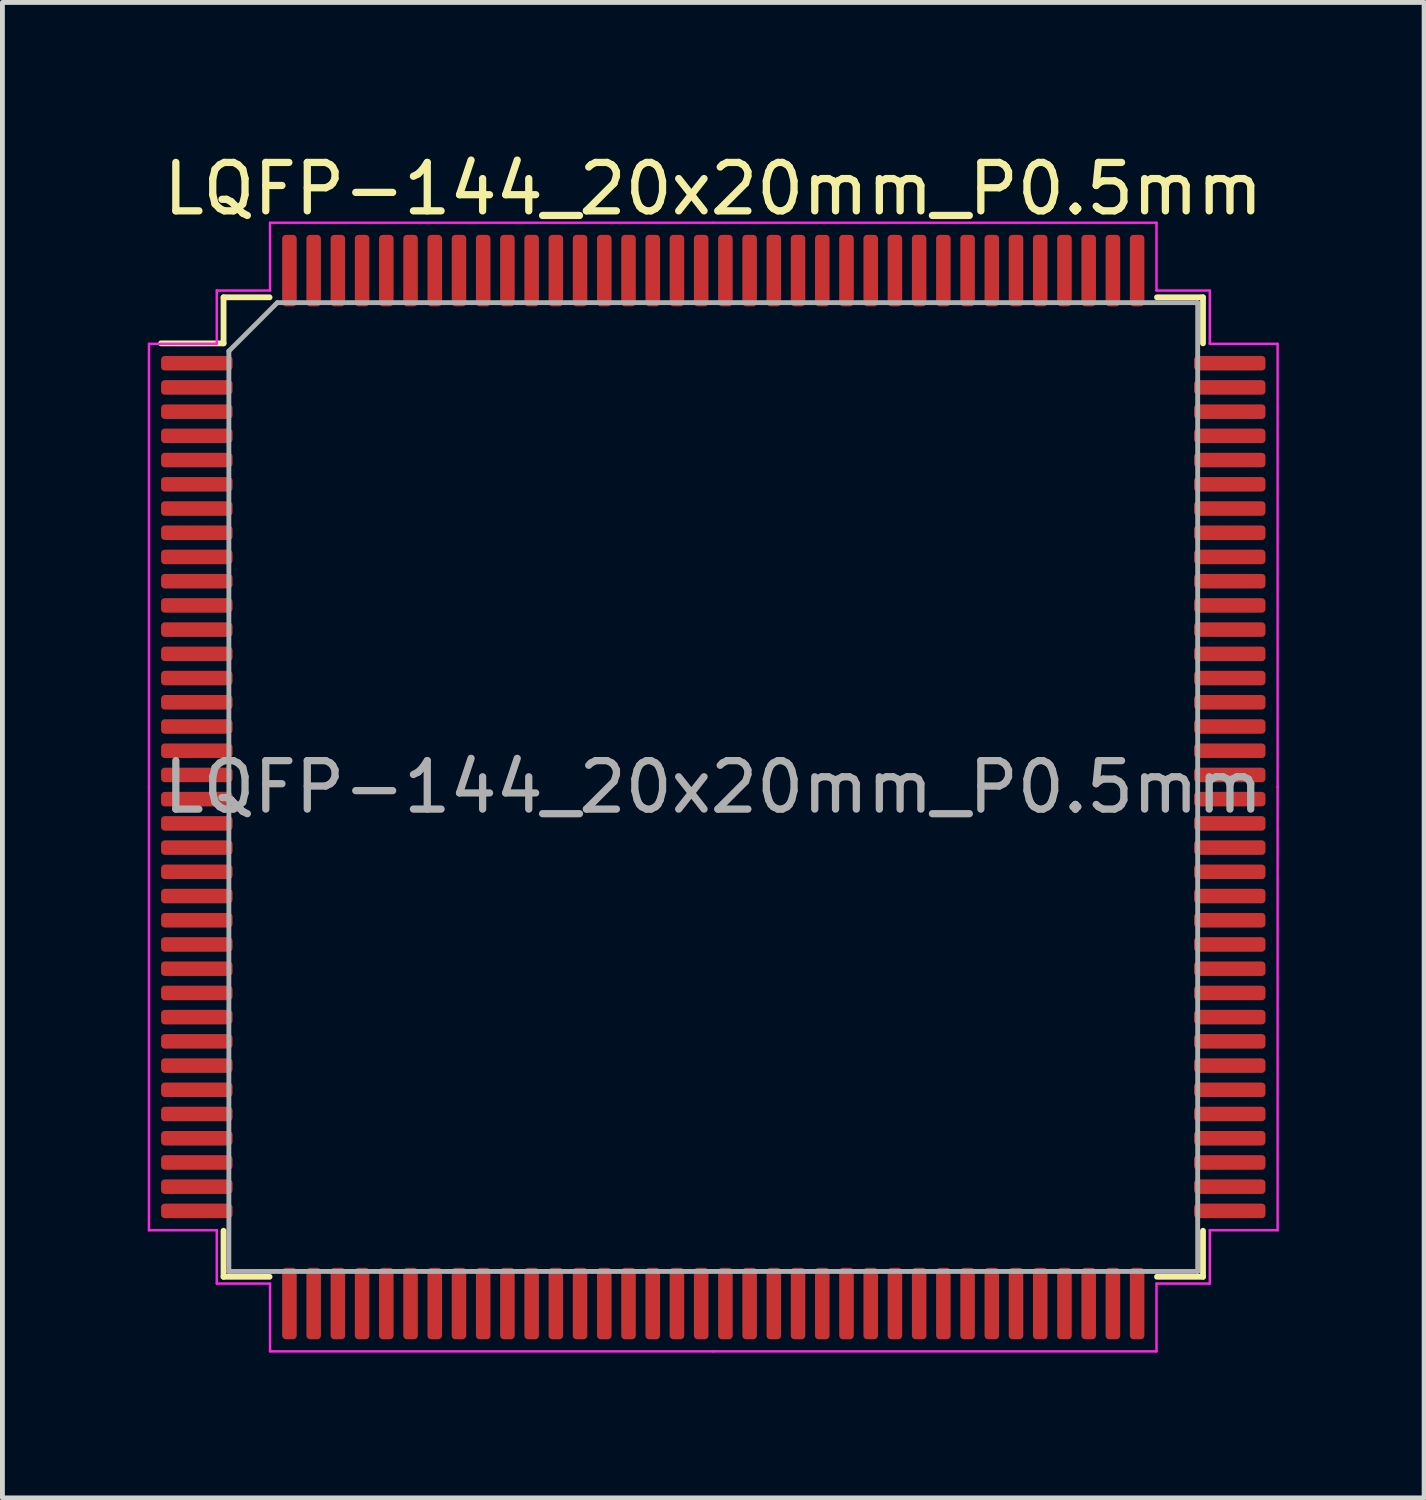
<source format=kicad_pcb>
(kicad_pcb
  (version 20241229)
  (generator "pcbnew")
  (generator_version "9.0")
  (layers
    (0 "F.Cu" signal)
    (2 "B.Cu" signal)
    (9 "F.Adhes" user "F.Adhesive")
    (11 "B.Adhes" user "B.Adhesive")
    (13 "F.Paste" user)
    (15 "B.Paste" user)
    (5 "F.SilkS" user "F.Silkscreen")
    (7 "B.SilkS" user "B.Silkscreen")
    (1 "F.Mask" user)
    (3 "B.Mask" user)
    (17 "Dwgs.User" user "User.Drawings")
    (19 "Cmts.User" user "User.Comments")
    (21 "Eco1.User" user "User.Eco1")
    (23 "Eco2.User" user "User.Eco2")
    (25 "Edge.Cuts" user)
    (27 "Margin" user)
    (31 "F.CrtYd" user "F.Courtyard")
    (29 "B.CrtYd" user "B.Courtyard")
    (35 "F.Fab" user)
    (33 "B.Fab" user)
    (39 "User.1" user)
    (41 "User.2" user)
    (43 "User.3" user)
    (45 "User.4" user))
  (footprint "LQFP-144_20x20mm_P0.5mm"
    (layer "F.Cu")
    (at 11.675 13.198)
    (property "Reference" "LQFP-144_20x20mm_P0.5mm" (at 0 -12.35 0) (layer "F.SilkS") (effects (font (size 1 1) (thickness 0.15))))
    (attr smd)
    (fp_line (start -10.11 -10.11) (end -10.11 -9.16) (stroke (width 0.12) (type solid)) (layer "F.SilkS"))
    (fp_line (start -10.11 -9.16) (end -11.4 -9.16) (stroke (width 0.12) (type solid)) (layer "F.SilkS"))
    (fp_line (start -10.11 10.11) (end -10.11 9.16) (stroke (width 0.12) (type solid)) (layer "F.SilkS"))
    (fp_line (start -9.16 -10.11) (end -10.11 -10.11) (stroke (width 0.12) (type solid)) (layer "F.SilkS"))
    (fp_line (start -9.16 10.11) (end -10.11 10.11) (stroke (width 0.12) (type solid)) (layer "F.SilkS"))
    (fp_line (start 9.16 -10.11) (end 10.11 -10.11) (stroke (width 0.12) (type solid)) (layer "F.SilkS"))
    (fp_line (start 9.16 10.11) (end 10.11 10.11) (stroke (width 0.12) (type solid)) (layer "F.SilkS"))
    (fp_line (start 10.11 -10.11) (end 10.11 -9.16) (stroke (width 0.12) (type solid)) (layer "F.SilkS"))
    (fp_line (start 10.11 10.11) (end 10.11 9.16) (stroke (width 0.12) (type solid)) (layer "F.SilkS"))
    (fp_line (start -11.65 -9.15) (end -11.65 0) (stroke (width 0.05) (type solid)) (layer "F.CrtYd"))
    (fp_line (start -11.65 9.15) (end -11.65 0) (stroke (width 0.05) (type solid)) (layer "F.CrtYd"))
    (fp_line (start -10.25 -10.25) (end -10.25 -9.15) (stroke (width 0.05) (type solid)) (layer "F.CrtYd"))
    (fp_line (start -10.25 -9.15) (end -11.65 -9.15) (stroke (width 0.05) (type solid)) (layer "F.CrtYd"))
    (fp_line (start -10.25 9.15) (end -11.65 9.15) (stroke (width 0.05) (type solid)) (layer "F.CrtYd"))
    (fp_line (start -10.25 10.25) (end -10.25 9.15) (stroke (width 0.05) (type solid)) (layer "F.CrtYd"))
    (fp_line (start -9.15 -11.65) (end -9.15 -10.25) (stroke (width 0.05) (type solid)) (layer "F.CrtYd"))
    (fp_line (start -9.15 -10.25) (end -10.25 -10.25) (stroke (width 0.05) (type solid)) (layer "F.CrtYd"))
    (fp_line (start -9.15 10.25) (end -10.25 10.25) (stroke (width 0.05) (type solid)) (layer "F.CrtYd"))
    (fp_line (start -9.15 11.65) (end -9.15 10.25) (stroke (width 0.05) (type solid)) (layer "F.CrtYd"))
    (fp_line (start 0 -11.65) (end -9.15 -11.65) (stroke (width 0.05) (type solid)) (layer "F.CrtYd"))
    (fp_line (start 0 -11.65) (end 9.15 -11.65) (stroke (width 0.05) (type solid)) (layer "F.CrtYd"))
    (fp_line (start 0 11.65) (end -9.15 11.65) (stroke (width 0.05) (type solid)) (layer "F.CrtYd"))
    (fp_line (start 0 11.65) (end 9.15 11.65) (stroke (width 0.05) (type solid)) (layer "F.CrtYd"))
    (fp_line (start 9.15 -11.65) (end 9.15 -10.25) (stroke (width 0.05) (type solid)) (layer "F.CrtYd"))
    (fp_line (start 9.15 -10.25) (end 10.25 -10.25) (stroke (width 0.05) (type solid)) (layer "F.CrtYd"))
    (fp_line (start 9.15 10.25) (end 10.25 10.25) (stroke (width 0.05) (type solid)) (layer "F.CrtYd"))
    (fp_line (start 9.15 11.65) (end 9.15 10.25) (stroke (width 0.05) (type solid)) (layer "F.CrtYd"))
    (fp_line (start 10.25 -10.25) (end 10.25 -9.15) (stroke (width 0.05) (type solid)) (layer "F.CrtYd"))
    (fp_line (start 10.25 -9.15) (end 11.65 -9.15) (stroke (width 0.05) (type solid)) (layer "F.CrtYd"))
    (fp_line (start 10.25 9.15) (end 11.65 9.15) (stroke (width 0.05) (type solid)) (layer "F.CrtYd"))
    (fp_line (start 10.25 10.25) (end 10.25 9.15) (stroke (width 0.05) (type solid)) (layer "F.CrtYd"))
    (fp_line (start 11.65 -9.15) (end 11.65 0) (stroke (width 0.05) (type solid)) (layer "F.CrtYd"))
    (fp_line (start 11.65 9.15) (end 11.65 0) (stroke (width 0.05) (type solid)) (layer "F.CrtYd"))
    (fp_line (start -10 -9) (end -9 -10) (stroke (width 0.1) (type solid)) (layer "F.Fab"))
    (fp_line (start -10 10) (end -10 -9) (stroke (width 0.1) (type solid)) (layer "F.Fab"))
    (fp_line (start -9 -10) (end 10 -10) (stroke (width 0.1) (type solid)) (layer "F.Fab"))
    (fp_line (start 10 -10) (end 10 10) (stroke (width 0.1) (type solid)) (layer "F.Fab"))
    (fp_line (start 10 10) (end -10 10) (stroke (width 0.1) (type solid)) (layer "F.Fab"))
    (fp_text user "${REFERENCE}" (at 0 0 0) (layer "F.Fab") (effects (font (size 1 1) (thickness 0.15))))
    (pad "1" smd roundrect (at -10.662 -8.75) (size 1.475 0.3) (layers "F.Cu" "F.Mask" "F.Paste") (roundrect_rratio 0.25))
    (pad "2" smd roundrect (at -10.662 -8.25) (size 1.475 0.3) (layers "F.Cu" "F.Mask" "F.Paste") (roundrect_rratio 0.25))
    (pad "3" smd roundrect (at -10.662 -7.75) (size 1.475 0.3) (layers "F.Cu" "F.Mask" "F.Paste") (roundrect_rratio 0.25))
    (pad "4" smd roundrect (at -10.662 -7.25) (size 1.475 0.3) (layers "F.Cu" "F.Mask" "F.Paste") (roundrect_rratio 0.25))
    (pad "5" smd roundrect (at -10.662 -6.75) (size 1.475 0.3) (layers "F.Cu" "F.Mask" "F.Paste") (roundrect_rratio 0.25))
    (pad "6" smd roundrect (at -10.662 -6.25) (size 1.475 0.3) (layers "F.Cu" "F.Mask" "F.Paste") (roundrect_rratio 0.25))
    (pad "7" smd roundrect (at -10.662 -5.75) (size 1.475 0.3) (layers "F.Cu" "F.Mask" "F.Paste") (roundrect_rratio 0.25))
    (pad "8" smd roundrect (at -10.662 -5.25) (size 1.475 0.3) (layers "F.Cu" "F.Mask" "F.Paste") (roundrect_rratio 0.25))
    (pad "9" smd roundrect (at -10.662 -4.75) (size 1.475 0.3) (layers "F.Cu" "F.Mask" "F.Paste") (roundrect_rratio 0.25))
    (pad "10" smd roundrect (at -10.662 -4.25) (size 1.475 0.3) (layers "F.Cu" "F.Mask" "F.Paste") (roundrect_rratio 0.25))
    (pad "11" smd roundrect (at -10.662 -3.75) (size 1.475 0.3) (layers "F.Cu" "F.Mask" "F.Paste") (roundrect_rratio 0.25))
    (pad "12" smd roundrect (at -10.662 -3.25) (size 1.475 0.3) (layers "F.Cu" "F.Mask" "F.Paste") (roundrect_rratio 0.25))
    (pad "13" smd roundrect (at -10.662 -2.75) (size 1.475 0.3) (layers "F.Cu" "F.Mask" "F.Paste") (roundrect_rratio 0.25))
    (pad "14" smd roundrect (at -10.662 -2.25) (size 1.475 0.3) (layers "F.Cu" "F.Mask" "F.Paste") (roundrect_rratio 0.25))
    (pad "15" smd roundrect (at -10.662 -1.75) (size 1.475 0.3) (layers "F.Cu" "F.Mask" "F.Paste") (roundrect_rratio 0.25))
    (pad "16" smd roundrect (at -10.662 -1.25) (size 1.475 0.3) (layers "F.Cu" "F.Mask" "F.Paste") (roundrect_rratio 0.25))
    (pad "17" smd roundrect (at -10.662 -0.75) (size 1.475 0.3) (layers "F.Cu" "F.Mask" "F.Paste") (roundrect_rratio 0.25))
    (pad "18" smd roundrect (at -10.662 -0.25) (size 1.475 0.3) (layers "F.Cu" "F.Mask" "F.Paste") (roundrect_rratio 0.25))
    (pad "19" smd roundrect (at -10.662 0.25) (size 1.475 0.3) (layers "F.Cu" "F.Mask" "F.Paste") (roundrect_rratio 0.25))
    (pad "20" smd roundrect (at -10.662 0.75) (size 1.475 0.3) (layers "F.Cu" "F.Mask" "F.Paste") (roundrect_rratio 0.25))
    (pad "21" smd roundrect (at -10.662 1.25) (size 1.475 0.3) (layers "F.Cu" "F.Mask" "F.Paste") (roundrect_rratio 0.25))
    (pad "22" smd roundrect (at -10.662 1.75) (size 1.475 0.3) (layers "F.Cu" "F.Mask" "F.Paste") (roundrect_rratio 0.25))
    (pad "23" smd roundrect (at -10.662 2.25) (size 1.475 0.3) (layers "F.Cu" "F.Mask" "F.Paste") (roundrect_rratio 0.25))
    (pad "24" smd roundrect (at -10.662 2.75) (size 1.475 0.3) (layers "F.Cu" "F.Mask" "F.Paste") (roundrect_rratio 0.25))
    (pad "25" smd roundrect (at -10.662 3.25) (size 1.475 0.3) (layers "F.Cu" "F.Mask" "F.Paste") (roundrect_rratio 0.25))
    (pad "26" smd roundrect (at -10.662 3.75) (size 1.475 0.3) (layers "F.Cu" "F.Mask" "F.Paste") (roundrect_rratio 0.25))
    (pad "27" smd roundrect (at -10.662 4.25) (size 1.475 0.3) (layers "F.Cu" "F.Mask" "F.Paste") (roundrect_rratio 0.25))
    (pad "28" smd roundrect (at -10.662 4.75) (size 1.475 0.3) (layers "F.Cu" "F.Mask" "F.Paste") (roundrect_rratio 0.25))
    (pad "29" smd roundrect (at -10.662 5.25) (size 1.475 0.3) (layers "F.Cu" "F.Mask" "F.Paste") (roundrect_rratio 0.25))
    (pad "30" smd roundrect (at -10.662 5.75) (size 1.475 0.3) (layers "F.Cu" "F.Mask" "F.Paste") (roundrect_rratio 0.25))
    (pad "31" smd roundrect (at -10.662 6.25) (size 1.475 0.3) (layers "F.Cu" "F.Mask" "F.Paste") (roundrect_rratio 0.25))
    (pad "32" smd roundrect (at -10.662 6.75) (size 1.475 0.3) (layers "F.Cu" "F.Mask" "F.Paste") (roundrect_rratio 0.25))
    (pad "33" smd roundrect (at -10.662 7.25) (size 1.475 0.3) (layers "F.Cu" "F.Mask" "F.Paste") (roundrect_rratio 0.25))
    (pad "34" smd roundrect (at -10.662 7.75) (size 1.475 0.3) (layers "F.Cu" "F.Mask" "F.Paste") (roundrect_rratio 0.25))
    (pad "35" smd roundrect (at -10.662 8.25) (size 1.475 0.3) (layers "F.Cu" "F.Mask" "F.Paste") (roundrect_rratio 0.25))
    (pad "36" smd roundrect (at -10.662 8.75) (size 1.475 0.3) (layers "F.Cu" "F.Mask" "F.Paste") (roundrect_rratio 0.25))
    (pad "37" smd roundrect (at -8.75 10.662) (size 0.3 1.475) (layers "F.Cu" "F.Mask" "F.Paste") (roundrect_rratio 0.25))
    (pad "38" smd roundrect (at -8.25 10.662) (size 0.3 1.475) (layers "F.Cu" "F.Mask" "F.Paste") (roundrect_rratio 0.25))
    (pad "39" smd roundrect (at -7.75 10.662) (size 0.3 1.475) (layers "F.Cu" "F.Mask" "F.Paste") (roundrect_rratio 0.25))
    (pad "40" smd roundrect (at -7.25 10.662) (size 0.3 1.475) (layers "F.Cu" "F.Mask" "F.Paste") (roundrect_rratio 0.25))
    (pad "41" smd roundrect (at -6.75 10.662) (size 0.3 1.475) (layers "F.Cu" "F.Mask" "F.Paste") (roundrect_rratio 0.25))
    (pad "42" smd roundrect (at -6.25 10.662) (size 0.3 1.475) (layers "F.Cu" "F.Mask" "F.Paste") (roundrect_rratio 0.25))
    (pad "43" smd roundrect (at -5.75 10.662) (size 0.3 1.475) (layers "F.Cu" "F.Mask" "F.Paste") (roundrect_rratio 0.25))
    (pad "44" smd roundrect (at -5.25 10.662) (size 0.3 1.475) (layers "F.Cu" "F.Mask" "F.Paste") (roundrect_rratio 0.25))
    (pad "45" smd roundrect (at -4.75 10.662) (size 0.3 1.475) (layers "F.Cu" "F.Mask" "F.Paste") (roundrect_rratio 0.25))
    (pad "46" smd roundrect (at -4.25 10.662) (size 0.3 1.475) (layers "F.Cu" "F.Mask" "F.Paste") (roundrect_rratio 0.25))
    (pad "47" smd roundrect (at -3.75 10.662) (size 0.3 1.475) (layers "F.Cu" "F.Mask" "F.Paste") (roundrect_rratio 0.25))
    (pad "48" smd roundrect (at -3.25 10.662) (size 0.3 1.475) (layers "F.Cu" "F.Mask" "F.Paste") (roundrect_rratio 0.25))
    (pad "49" smd roundrect (at -2.75 10.662) (size 0.3 1.475) (layers "F.Cu" "F.Mask" "F.Paste") (roundrect_rratio 0.25))
    (pad "50" smd roundrect (at -2.25 10.662) (size 0.3 1.475) (layers "F.Cu" "F.Mask" "F.Paste") (roundrect_rratio 0.25))
    (pad "51" smd roundrect (at -1.75 10.662) (size 0.3 1.475) (layers "F.Cu" "F.Mask" "F.Paste") (roundrect_rratio 0.25))
    (pad "52" smd roundrect (at -1.25 10.662) (size 0.3 1.475) (layers "F.Cu" "F.Mask" "F.Paste") (roundrect_rratio 0.25))
    (pad "53" smd roundrect (at -0.75 10.662) (size 0.3 1.475) (layers "F.Cu" "F.Mask" "F.Paste") (roundrect_rratio 0.25))
    (pad "54" smd roundrect (at -0.25 10.662) (size 0.3 1.475) (layers "F.Cu" "F.Mask" "F.Paste") (roundrect_rratio 0.25))
    (pad "55" smd roundrect (at 0.25 10.662) (size 0.3 1.475) (layers "F.Cu" "F.Mask" "F.Paste") (roundrect_rratio 0.25))
    (pad "56" smd roundrect (at 0.75 10.662) (size 0.3 1.475) (layers "F.Cu" "F.Mask" "F.Paste") (roundrect_rratio 0.25))
    (pad "57" smd roundrect (at 1.25 10.662) (size 0.3 1.475) (layers "F.Cu" "F.Mask" "F.Paste") (roundrect_rratio 0.25))
    (pad "58" smd roundrect (at 1.75 10.662) (size 0.3 1.475) (layers "F.Cu" "F.Mask" "F.Paste") (roundrect_rratio 0.25))
    (pad "59" smd roundrect (at 2.25 10.662) (size 0.3 1.475) (layers "F.Cu" "F.Mask" "F.Paste") (roundrect_rratio 0.25))
    (pad "60" smd roundrect (at 2.75 10.662) (size 0.3 1.475) (layers "F.Cu" "F.Mask" "F.Paste") (roundrect_rratio 0.25))
    (pad "61" smd roundrect (at 3.25 10.662) (size 0.3 1.475) (layers "F.Cu" "F.Mask" "F.Paste") (roundrect_rratio 0.25))
    (pad "62" smd roundrect (at 3.75 10.662) (size 0.3 1.475) (layers "F.Cu" "F.Mask" "F.Paste") (roundrect_rratio 0.25))
    (pad "63" smd roundrect (at 4.25 10.662) (size 0.3 1.475) (layers "F.Cu" "F.Mask" "F.Paste") (roundrect_rratio 0.25))
    (pad "64" smd roundrect (at 4.75 10.662) (size 0.3 1.475) (layers "F.Cu" "F.Mask" "F.Paste") (roundrect_rratio 0.25))
    (pad "65" smd roundrect (at 5.25 10.662) (size 0.3 1.475) (layers "F.Cu" "F.Mask" "F.Paste") (roundrect_rratio 0.25))
    (pad "66" smd roundrect (at 5.75 10.662) (size 0.3 1.475) (layers "F.Cu" "F.Mask" "F.Paste") (roundrect_rratio 0.25))
    (pad "67" smd roundrect (at 6.25 10.662) (size 0.3 1.475) (layers "F.Cu" "F.Mask" "F.Paste") (roundrect_rratio 0.25))
    (pad "68" smd roundrect (at 6.75 10.662) (size 0.3 1.475) (layers "F.Cu" "F.Mask" "F.Paste") (roundrect_rratio 0.25))
    (pad "69" smd roundrect (at 7.25 10.662) (size 0.3 1.475) (layers "F.Cu" "F.Mask" "F.Paste") (roundrect_rratio 0.25))
    (pad "70" smd roundrect (at 7.75 10.662) (size 0.3 1.475) (layers "F.Cu" "F.Mask" "F.Paste") (roundrect_rratio 0.25))
    (pad "71" smd roundrect (at 8.25 10.662) (size 0.3 1.475) (layers "F.Cu" "F.Mask" "F.Paste") (roundrect_rratio 0.25))
    (pad "72" smd roundrect (at 8.75 10.662) (size 0.3 1.475) (layers "F.Cu" "F.Mask" "F.Paste") (roundrect_rratio 0.25))
    (pad "73" smd roundrect (at 10.662 8.75) (size 1.475 0.3) (layers "F.Cu" "F.Mask" "F.Paste") (roundrect_rratio 0.25))
    (pad "74" smd roundrect (at 10.662 8.25) (size 1.475 0.3) (layers "F.Cu" "F.Mask" "F.Paste") (roundrect_rratio 0.25))
    (pad "75" smd roundrect (at 10.662 7.75) (size 1.475 0.3) (layers "F.Cu" "F.Mask" "F.Paste") (roundrect_rratio 0.25))
    (pad "76" smd roundrect (at 10.662 7.25) (size 1.475 0.3) (layers "F.Cu" "F.Mask" "F.Paste") (roundrect_rratio 0.25))
    (pad "77" smd roundrect (at 10.662 6.75) (size 1.475 0.3) (layers "F.Cu" "F.Mask" "F.Paste") (roundrect_rratio 0.25))
    (pad "78" smd roundrect (at 10.662 6.25) (size 1.475 0.3) (layers "F.Cu" "F.Mask" "F.Paste") (roundrect_rratio 0.25))
    (pad "79" smd roundrect (at 10.662 5.75) (size 1.475 0.3) (layers "F.Cu" "F.Mask" "F.Paste") (roundrect_rratio 0.25))
    (pad "80" smd roundrect (at 10.662 5.25) (size 1.475 0.3) (layers "F.Cu" "F.Mask" "F.Paste") (roundrect_rratio 0.25))
    (pad "81" smd roundrect (at 10.662 4.75) (size 1.475 0.3) (layers "F.Cu" "F.Mask" "F.Paste") (roundrect_rratio 0.25))
    (pad "82" smd roundrect (at 10.662 4.25) (size 1.475 0.3) (layers "F.Cu" "F.Mask" "F.Paste") (roundrect_rratio 0.25))
    (pad "83" smd roundrect (at 10.662 3.75) (size 1.475 0.3) (layers "F.Cu" "F.Mask" "F.Paste") (roundrect_rratio 0.25))
    (pad "84" smd roundrect (at 10.662 3.25) (size 1.475 0.3) (layers "F.Cu" "F.Mask" "F.Paste") (roundrect_rratio 0.25))
    (pad "85" smd roundrect (at 10.662 2.75) (size 1.475 0.3) (layers "F.Cu" "F.Mask" "F.Paste") (roundrect_rratio 0.25))
    (pad "86" smd roundrect (at 10.662 2.25) (size 1.475 0.3) (layers "F.Cu" "F.Mask" "F.Paste") (roundrect_rratio 0.25))
    (pad "87" smd roundrect (at 10.662 1.75) (size 1.475 0.3) (layers "F.Cu" "F.Mask" "F.Paste") (roundrect_rratio 0.25))
    (pad "88" smd roundrect (at 10.662 1.25) (size 1.475 0.3) (layers "F.Cu" "F.Mask" "F.Paste") (roundrect_rratio 0.25))
    (pad "89" smd roundrect (at 10.662 0.75) (size 1.475 0.3) (layers "F.Cu" "F.Mask" "F.Paste") (roundrect_rratio 0.25))
    (pad "90" smd roundrect (at 10.662 0.25) (size 1.475 0.3) (layers "F.Cu" "F.Mask" "F.Paste") (roundrect_rratio 0.25))
    (pad "91" smd roundrect (at 10.662 -0.25) (size 1.475 0.3) (layers "F.Cu" "F.Mask" "F.Paste") (roundrect_rratio 0.25))
    (pad "92" smd roundrect (at 10.662 -0.75) (size 1.475 0.3) (layers "F.Cu" "F.Mask" "F.Paste") (roundrect_rratio 0.25))
    (pad "93" smd roundrect (at 10.662 -1.25) (size 1.475 0.3) (layers "F.Cu" "F.Mask" "F.Paste") (roundrect_rratio 0.25))
    (pad "94" smd roundrect (at 10.662 -1.75) (size 1.475 0.3) (layers "F.Cu" "F.Mask" "F.Paste") (roundrect_rratio 0.25))
    (pad "95" smd roundrect (at 10.662 -2.25) (size 1.475 0.3) (layers "F.Cu" "F.Mask" "F.Paste") (roundrect_rratio 0.25))
    (pad "96" smd roundrect (at 10.662 -2.75) (size 1.475 0.3) (layers "F.Cu" "F.Mask" "F.Paste") (roundrect_rratio 0.25))
    (pad "97" smd roundrect (at 10.662 -3.25) (size 1.475 0.3) (layers "F.Cu" "F.Mask" "F.Paste") (roundrect_rratio 0.25))
    (pad "98" smd roundrect (at 10.662 -3.75) (size 1.475 0.3) (layers "F.Cu" "F.Mask" "F.Paste") (roundrect_rratio 0.25))
    (pad "99" smd roundrect (at 10.662 -4.25) (size 1.475 0.3) (layers "F.Cu" "F.Mask" "F.Paste") (roundrect_rratio 0.25))
    (pad "100" smd roundrect (at 10.662 -4.75) (size 1.475 0.3) (layers "F.Cu" "F.Mask" "F.Paste") (roundrect_rratio 0.25))
    (pad "101" smd roundrect (at 10.662 -5.25) (size 1.475 0.3) (layers "F.Cu" "F.Mask" "F.Paste") (roundrect_rratio 0.25))
    (pad "102" smd roundrect (at 10.662 -5.75) (size 1.475 0.3) (layers "F.Cu" "F.Mask" "F.Paste") (roundrect_rratio 0.25))
    (pad "103" smd roundrect (at 10.662 -6.25) (size 1.475 0.3) (layers "F.Cu" "F.Mask" "F.Paste") (roundrect_rratio 0.25))
    (pad "104" smd roundrect (at 10.662 -6.75) (size 1.475 0.3) (layers "F.Cu" "F.Mask" "F.Paste") (roundrect_rratio 0.25))
    (pad "105" smd roundrect (at 10.662 -7.25) (size 1.475 0.3) (layers "F.Cu" "F.Mask" "F.Paste") (roundrect_rratio 0.25))
    (pad "106" smd roundrect (at 10.662 -7.75) (size 1.475 0.3) (layers "F.Cu" "F.Mask" "F.Paste") (roundrect_rratio 0.25))
    (pad "107" smd roundrect (at 10.662 -8.25) (size 1.475 0.3) (layers "F.Cu" "F.Mask" "F.Paste") (roundrect_rratio 0.25))
    (pad "108" smd roundrect (at 10.662 -8.75) (size 1.475 0.3) (layers "F.Cu" "F.Mask" "F.Paste") (roundrect_rratio 0.25))
    (pad "109" smd roundrect (at 8.75 -10.662) (size 0.3 1.475) (layers "F.Cu" "F.Mask" "F.Paste") (roundrect_rratio 0.25))
    (pad "110" smd roundrect (at 8.25 -10.662) (size 0.3 1.475) (layers "F.Cu" "F.Mask" "F.Paste") (roundrect_rratio 0.25))
    (pad "111" smd roundrect (at 7.75 -10.662) (size 0.3 1.475) (layers "F.Cu" "F.Mask" "F.Paste") (roundrect_rratio 0.25))
    (pad "112" smd roundrect (at 7.25 -10.662) (size 0.3 1.475) (layers "F.Cu" "F.Mask" "F.Paste") (roundrect_rratio 0.25))
    (pad "113" smd roundrect (at 6.75 -10.662) (size 0.3 1.475) (layers "F.Cu" "F.Mask" "F.Paste") (roundrect_rratio 0.25))
    (pad "114" smd roundrect (at 6.25 -10.662) (size 0.3 1.475) (layers "F.Cu" "F.Mask" "F.Paste") (roundrect_rratio 0.25))
    (pad "115" smd roundrect (at 5.75 -10.662) (size 0.3 1.475) (layers "F.Cu" "F.Mask" "F.Paste") (roundrect_rratio 0.25))
    (pad "116" smd roundrect (at 5.25 -10.662) (size 0.3 1.475) (layers "F.Cu" "F.Mask" "F.Paste") (roundrect_rratio 0.25))
    (pad "117" smd roundrect (at 4.75 -10.662) (size 0.3 1.475) (layers "F.Cu" "F.Mask" "F.Paste") (roundrect_rratio 0.25))
    (pad "118" smd roundrect (at 4.25 -10.662) (size 0.3 1.475) (layers "F.Cu" "F.Mask" "F.Paste") (roundrect_rratio 0.25))
    (pad "119" smd roundrect (at 3.75 -10.662) (size 0.3 1.475) (layers "F.Cu" "F.Mask" "F.Paste") (roundrect_rratio 0.25))
    (pad "120" smd roundrect (at 3.25 -10.662) (size 0.3 1.475) (layers "F.Cu" "F.Mask" "F.Paste") (roundrect_rratio 0.25))
    (pad "121" smd roundrect (at 2.75 -10.662) (size 0.3 1.475) (layers "F.Cu" "F.Mask" "F.Paste") (roundrect_rratio 0.25))
    (pad "122" smd roundrect (at 2.25 -10.662) (size 0.3 1.475) (layers "F.Cu" "F.Mask" "F.Paste") (roundrect_rratio 0.25))
    (pad "123" smd roundrect (at 1.75 -10.662) (size 0.3 1.475) (layers "F.Cu" "F.Mask" "F.Paste") (roundrect_rratio 0.25))
    (pad "124" smd roundrect (at 1.25 -10.662) (size 0.3 1.475) (layers "F.Cu" "F.Mask" "F.Paste") (roundrect_rratio 0.25))
    (pad "125" smd roundrect (at 0.75 -10.662) (size 0.3 1.475) (layers "F.Cu" "F.Mask" "F.Paste") (roundrect_rratio 0.25))
    (pad "126" smd roundrect (at 0.25 -10.662) (size 0.3 1.475) (layers "F.Cu" "F.Mask" "F.Paste") (roundrect_rratio 0.25))
    (pad "127" smd roundrect (at -0.25 -10.662) (size 0.3 1.475) (layers "F.Cu" "F.Mask" "F.Paste") (roundrect_rratio 0.25))
    (pad "128" smd roundrect (at -0.75 -10.662) (size 0.3 1.475) (layers "F.Cu" "F.Mask" "F.Paste") (roundrect_rratio 0.25))
    (pad "129" smd roundrect (at -1.25 -10.662) (size 0.3 1.475) (layers "F.Cu" "F.Mask" "F.Paste") (roundrect_rratio 0.25))
    (pad "130" smd roundrect (at -1.75 -10.662) (size 0.3 1.475) (layers "F.Cu" "F.Mask" "F.Paste") (roundrect_rratio 0.25))
    (pad "131" smd roundrect (at -2.25 -10.662) (size 0.3 1.475) (layers "F.Cu" "F.Mask" "F.Paste") (roundrect_rratio 0.25))
    (pad "132" smd roundrect (at -2.75 -10.662) (size 0.3 1.475) (layers "F.Cu" "F.Mask" "F.Paste") (roundrect_rratio 0.25))
    (pad "133" smd roundrect (at -3.25 -10.662) (size 0.3 1.475) (layers "F.Cu" "F.Mask" "F.Paste") (roundrect_rratio 0.25))
    (pad "134" smd roundrect (at -3.75 -10.662) (size 0.3 1.475) (layers "F.Cu" "F.Mask" "F.Paste") (roundrect_rratio 0.25))
    (pad "135" smd roundrect (at -4.25 -10.662) (size 0.3 1.475) (layers "F.Cu" "F.Mask" "F.Paste") (roundrect_rratio 0.25))
    (pad "136" smd roundrect (at -4.75 -10.662) (size 0.3 1.475) (layers "F.Cu" "F.Mask" "F.Paste") (roundrect_rratio 0.25))
    (pad "137" smd roundrect (at -5.25 -10.662) (size 0.3 1.475) (layers "F.Cu" "F.Mask" "F.Paste") (roundrect_rratio 0.25))
    (pad "138" smd roundrect (at -5.75 -10.662) (size 0.3 1.475) (layers "F.Cu" "F.Mask" "F.Paste") (roundrect_rratio 0.25))
    (pad "139" smd roundrect (at -6.25 -10.662) (size 0.3 1.475) (layers "F.Cu" "F.Mask" "F.Paste") (roundrect_rratio 0.25))
    (pad "140" smd roundrect (at -6.75 -10.662) (size 0.3 1.475) (layers "F.Cu" "F.Mask" "F.Paste") (roundrect_rratio 0.25))
    (pad "141" smd roundrect (at -7.25 -10.662) (size 0.3 1.475) (layers "F.Cu" "F.Mask" "F.Paste") (roundrect_rratio 0.25))
    (pad "142" smd roundrect (at -7.75 -10.662) (size 0.3 1.475) (layers "F.Cu" "F.Mask" "F.Paste") (roundrect_rratio 0.25))
    (pad "143" smd roundrect (at -8.25 -10.662) (size 0.3 1.475) (layers "F.Cu" "F.Mask" "F.Paste") (roundrect_rratio 0.25))
    (pad "144" smd roundrect (at -8.75 -10.662) (size 0.3 1.475) (layers "F.Cu" "F.Mask" "F.Paste") (roundrect_rratio 0.25)))
  (gr_rect
    (start -3 -3)
    (end 26.35 27.873)
    (stroke (width 0.1) (type default))
    (fill no)
    (layer "Edge.Cuts")))
</source>
